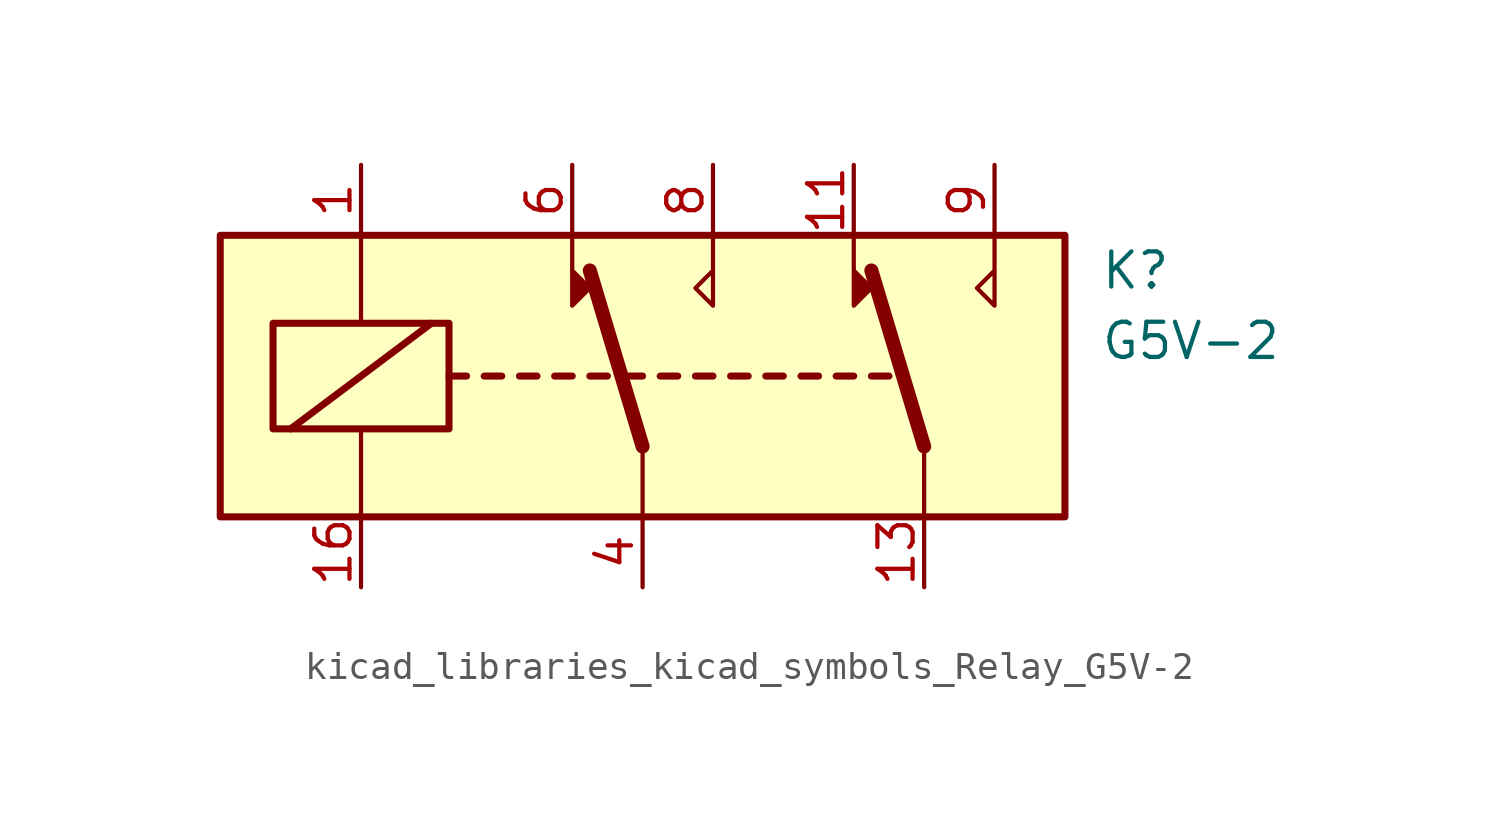
<source format=kicad_sym>
(kicad_symbol_lib
  (version 20220914)
  (generator kicad_symbol_editor)
  (symbol "kicad_libraries_kicad_symbols_Relay_G5V-2"
    (property "Reference" "K"
      (at 16.51 3.81 0)
      (effects (font (size 1.27 1.27)) (justify left)))
    (property "Value" "G5V-2"
      (at 16.51 1.27 0)
      (effects (font (size 1.27 1.27)) (justify left)))
    (symbol "kicad_libraries_kicad_symbols_Relay_G5V-2_0_1"
      (rectangle (start -15.24 5.08) (end 15.24 -5.08) (stroke (width 0.254) (type default)) (fill (type background)))
      (rectangle (start -13.335 1.905) (end -6.985 -1.905) (stroke (width 0.254) (type default)) (fill (type none)))
      (polyline (pts (xy -12.7 -1.905) (xy -7.62 1.905)) (stroke (width 0.254) (type default)) (fill (type none)))
      (polyline (pts (xy -10.16 -5.08) (xy -10.16 -1.905)) (stroke (width 0) (type default)) (fill (type none)))
      (polyline (pts (xy -10.16 5.08) (xy -10.16 1.905)) (stroke (width 0) (type default)) (fill (type none)))
      (polyline (pts (xy -6.985 0) (xy -6.35 0)) (stroke (width 0.254) (type default)) (fill (type none)))
      (polyline (pts (xy -5.715 0) (xy -5.08 0)) (stroke (width 0.254) (type default)) (fill (type none)))
      (polyline (pts (xy -4.445 0) (xy -3.81 0)) (stroke (width 0.254) (type default)) (fill (type none)))
      (polyline (pts (xy -3.175 0) (xy -2.54 0)) (stroke (width 0.254) (type default)) (fill (type none)))
      (polyline (pts (xy -1.905 0) (xy -1.27 0)) (stroke (width 0.254) (type default)) (fill (type none)))
      (polyline (pts (xy -0.635 0) (xy 0 0)) (stroke (width 0.254) (type default)) (fill (type none)))
      (polyline (pts (xy 0 -2.54) (xy -1.905 3.81)) (stroke (width 0.508) (type default)) (fill (type none)))
      (polyline (pts (xy 0 -2.54) (xy 0 -5.08)) (stroke (width 0) (type default)) (fill (type none)))
      (polyline (pts (xy 0.635 0) (xy 1.27 0)) (stroke (width 0.254) (type default)) (fill (type none)))
      (polyline (pts (xy 1.905 0) (xy 2.54 0)) (stroke (width 0.254) (type default)) (fill (type none)))
      (polyline (pts (xy 3.175 0) (xy 3.81 0)) (stroke (width 0.254) (type default)) (fill (type none)))
      (polyline (pts (xy 4.445 0) (xy 5.08 0)) (stroke (width 0.254) (type default)) (fill (type none)))
      (polyline (pts (xy 5.715 0) (xy 6.35 0)) (stroke (width 0.254) (type default)) (fill (type none)))
      (polyline (pts (xy 6.985 0) (xy 7.62 0)) (stroke (width 0.254) (type default)) (fill (type none)))
      (polyline (pts (xy 8.255 0) (xy 8.89 0)) (stroke (width 0.254) (type default)) (fill (type none)))
      (polyline (pts (xy 10.16 -2.54) (xy 8.255 3.81)) (stroke (width 0.508) (type default)) (fill (type none)))
      (polyline (pts (xy 10.16 -2.54) (xy 10.16 -5.08)) (stroke (width 0) (type default)) (fill (type none)))
      (polyline (pts (xy -2.54 5.08) (xy -2.54 2.54) (xy -1.905 3.175) (xy -2.54 3.81)) (stroke (width 0) (type default)) (fill (type outline)))
      (polyline (pts (xy 2.54 5.08) (xy 2.54 2.54) (xy 1.905 3.175) (xy 2.54 3.81)) (stroke (width 0) (type default)) (fill (type none)))
      (polyline (pts (xy 7.62 5.08) (xy 7.62 2.54) (xy 8.255 3.175) (xy 7.62 3.81)) (stroke (width 0) (type default)) (fill (type outline)))
      (polyline (pts (xy 12.7 5.08) (xy 12.7 2.54) (xy 12.065 3.175) (xy 12.7 3.81)) (stroke (width 0) (type default)) (fill (type none))))
    (symbol "kicad_libraries_kicad_symbols_Relay_G5V-2_1_1"
      (pin passive line (at -10.16 7.62 270) (length 2.54) (name "~" (effects (font (size 1.27 1.27)))) (number "1" (effects (font (size 1.27 1.27)))))
      (pin passive line (at 7.62 7.62 270) (length 2.54) (name "~" (effects (font (size 1.27 1.27)))) (number "11" (effects (font (size 1.27 1.27)))))
      (pin passive line (at 10.16 -7.62 90) (length 2.54) (name "~" (effects (font (size 1.27 1.27)))) (number "13" (effects (font (size 1.27 1.27)))))
      (pin passive line (at -10.16 -7.62 90) (length 2.54) (name "~" (effects (font (size 1.27 1.27)))) (number "16" (effects (font (size 1.27 1.27)))))
      (pin passive line (at 0 -7.62 90) (length 2.54) (name "~" (effects (font (size 1.27 1.27)))) (number "4" (effects (font (size 1.27 1.27)))))
      (pin passive line (at -2.54 7.62 270) (length 2.54) (name "~" (effects (font (size 1.27 1.27)))) (number "6" (effects (font (size 1.27 1.27)))))
      (pin passive line (at 2.54 7.62 270) (length 2.54) (name "~" (effects (font (size 1.27 1.27)))) (number "8" (effects (font (size 1.27 1.27)))))
      (pin passive line (at 12.7 7.62 270) (length 2.54) (name "~" (effects (font (size 1.27 1.27)))) (number "9" (effects (font (size 1.27 1.27))))))))
</source>
